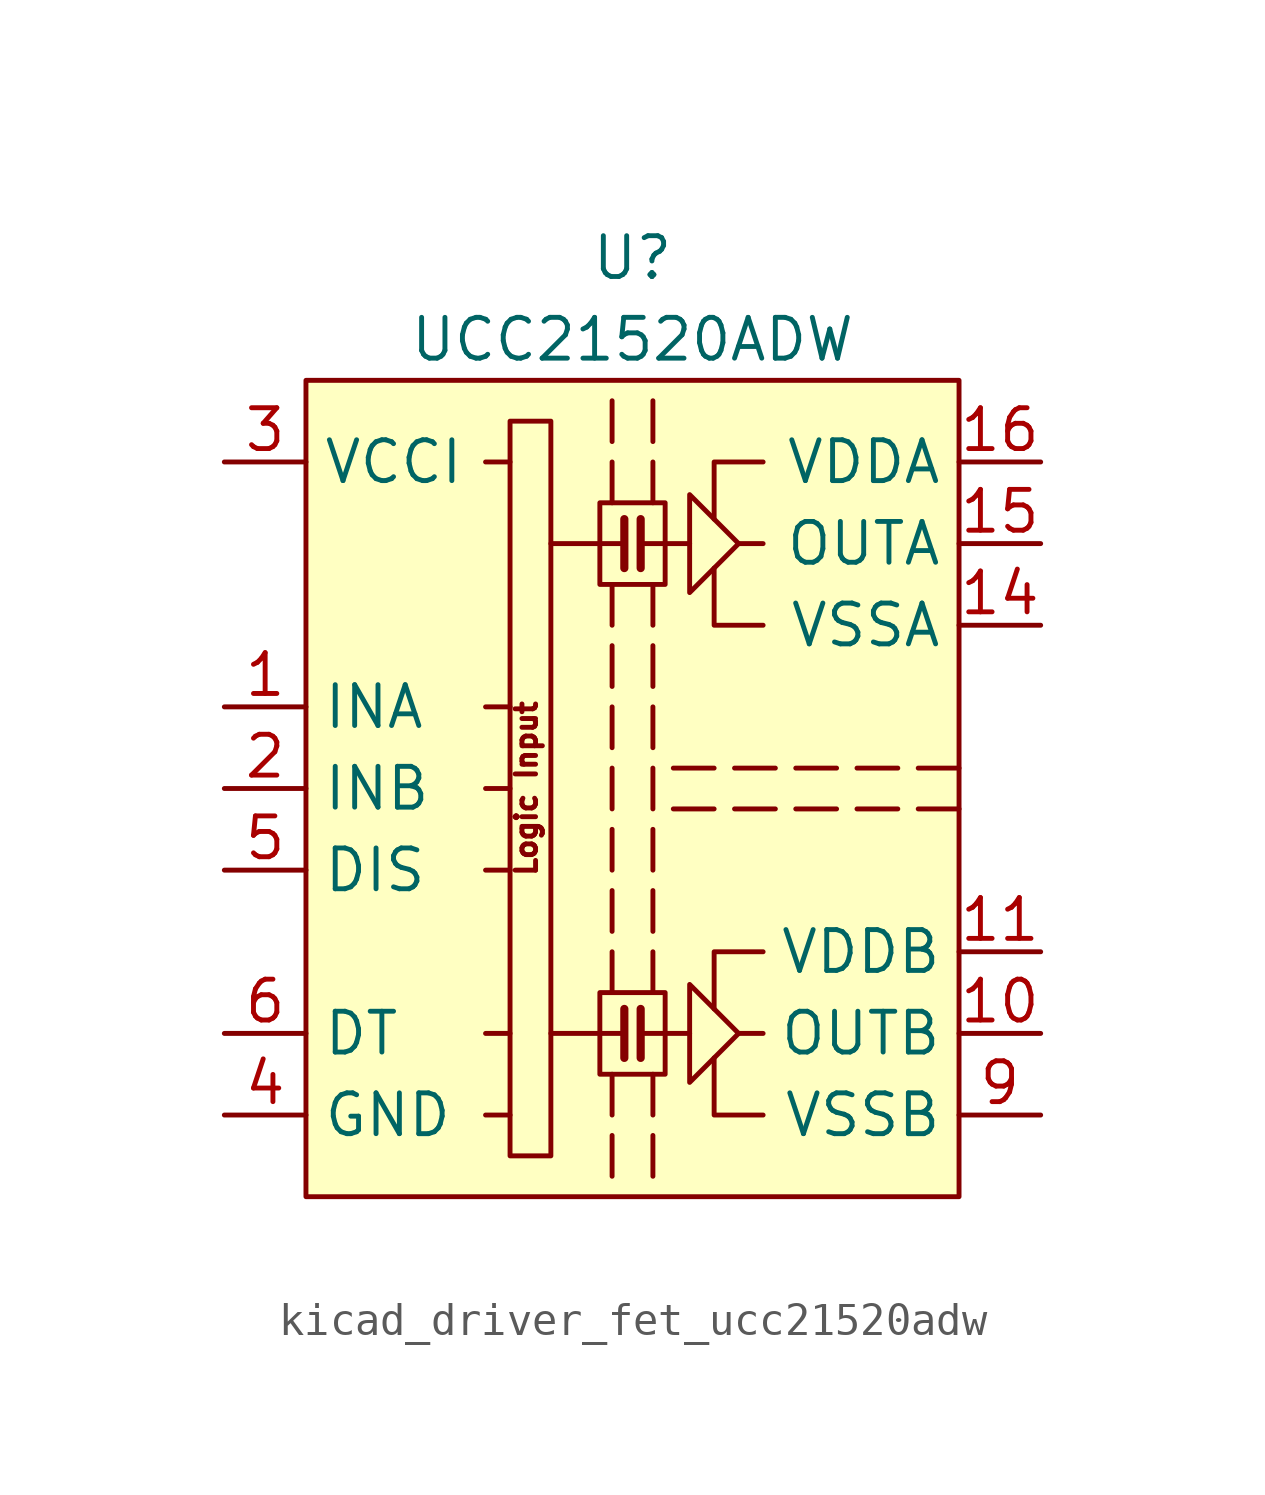
<source format=kicad_sym>
(kicad_symbol_lib
  (version 20220914)
  (generator kicad_symbol_editor)
  (symbol "kicad_driver_fet_ucc21520adw"
    (property "Reference" "U"
      (at 0 16.51 0)
      (effects (font (size 1.27 1.27))))
    (property "Value" "UCC21520ADW"
      (at 0 13.97 0)
      (effects (font (size 1.27 1.27))))
    (symbol "kicad_driver_fet_ucc21520adw_0_0"
      (polyline (pts (xy -0.635 6.35) (xy -0.635 5.08)) (stroke (width 0) (type default)) (fill (type none)))
      (polyline (pts (xy -0.635 10.16) (xy -0.635 8.89)) (stroke (width 0) (type default)) (fill (type none)))
      (polyline (pts (xy -0.635 12.065) (xy -0.635 10.795)) (stroke (width 0) (type default)) (fill (type none)))
      (polyline (pts (xy -0.254 -7.62) (xy -2.54 -7.62)) (stroke (width 0) (type default)) (fill (type none)))
      (polyline (pts (xy -0.254 -6.858) (xy -0.254 -8.382)) (stroke (width 0.254) (type default)) (fill (type none)))
      (polyline (pts (xy -0.254 7.62) (xy -2.54 7.62)) (stroke (width 0) (type default)) (fill (type none)))
      (polyline (pts (xy -0.254 8.382) (xy -0.254 6.858)) (stroke (width 0.254) (type default)) (fill (type none)))
      (polyline (pts (xy 0.254 -7.62) (xy 1.778 -7.62)) (stroke (width 0) (type default)) (fill (type none)))
      (polyline (pts (xy 0.254 -6.858) (xy 0.254 -8.382)) (stroke (width 0.254) (type default)) (fill (type none)))
      (polyline (pts (xy 0.254 7.62) (xy 1.778 7.62)) (stroke (width 0) (type default)) (fill (type none)))
      (polyline (pts (xy 0.254 8.382) (xy 0.254 6.858)) (stroke (width 0.254) (type default)) (fill (type none)))
      (polyline (pts (xy 0.635 6.35) (xy 0.635 5.08)) (stroke (width 0) (type default)) (fill (type none)))
      (polyline (pts (xy 0.635 8.89) (xy 0.635 10.16)) (stroke (width 0) (type default)) (fill (type none)))
      (polyline (pts (xy 0.635 10.795) (xy 0.635 12.065)) (stroke (width 0) (type default)) (fill (type none)))
      (polyline (pts (xy 2.54 -0.635) (xy 1.27 -0.635)) (stroke (width 0) (type default)) (fill (type none)))
      (polyline (pts (xy 2.54 0.635) (xy 1.27 0.635)) (stroke (width 0) (type default)) (fill (type none)))
      (polyline (pts (xy 4.064 -7.62) (xy 3.302 -7.62)) (stroke (width 0) (type default)) (fill (type none)))
      (polyline (pts (xy 4.064 7.62) (xy 3.302 7.62)) (stroke (width 0) (type default)) (fill (type none)))
      (polyline (pts (xy 4.445 -0.635) (xy 3.175 -0.635)) (stroke (width 0) (type default)) (fill (type none)))
      (polyline (pts (xy 4.445 0.635) (xy 3.175 0.635)) (stroke (width 0) (type default)) (fill (type none)))
      (polyline (pts (xy 6.35 -0.635) (xy 5.08 -0.635)) (stroke (width 0) (type default)) (fill (type none)))
      (polyline (pts (xy 6.35 0.635) (xy 5.08 0.635)) (stroke (width 0) (type default)) (fill (type none)))
      (polyline (pts (xy 8.255 -0.635) (xy 6.985 -0.635)) (stroke (width 0) (type default)) (fill (type none)))
      (polyline (pts (xy 8.255 0.635) (xy 6.985 0.635)) (stroke (width 0) (type default)) (fill (type none)))
      (polyline (pts (xy 10.16 -0.635) (xy 8.89 -0.635)) (stroke (width 0) (type default)) (fill (type none)))
      (polyline (pts (xy 10.16 0.635) (xy 8.89 0.635)) (stroke (width 0) (type default)) (fill (type none)))
      (polyline (pts (xy 4.064 -10.16) (xy 2.54 -10.16) (xy 2.54 -8.382)) (stroke (width 0) (type default)) (fill (type none)))
      (polyline (pts (xy 4.064 -5.08) (xy 2.54 -5.08) (xy 2.54 -6.858)) (stroke (width 0) (type default)) (fill (type none)))
      (polyline (pts (xy 4.064 5.08) (xy 2.54 5.08) (xy 2.54 6.858)) (stroke (width 0) (type default)) (fill (type none)))
      (polyline (pts (xy 4.064 10.16) (xy 2.54 10.16) (xy 2.54 8.382)) (stroke (width 0) (type default)) (fill (type none)))
      (polyline (pts (xy 3.302 -7.62) (xy 1.778 -9.144) (xy 1.778 -6.096) (xy 3.302 -7.62)) (stroke (width 0) (type default)) (fill (type none)))
      (polyline (pts (xy 3.302 7.62) (xy 1.778 6.096) (xy 1.778 9.144) (xy 3.302 7.62)) (stroke (width 0) (type default)) (fill (type none)))
      (rectangle (start 1.016 -6.35) (end -1.016 -8.89) (stroke (width 0) (type default)) (fill (type none)))
      (rectangle (start 1.016 8.89) (end -1.016 6.35) (stroke (width 0) (type default)) (fill (type none)))
      (text "Logic Input" (at -3.302 0 900) (effects (font (size 0.635 0.635)))))
    (symbol "kicad_driver_fet_ucc21520adw_0_1"
      (rectangle (start -3.81 11.43) (end -2.54 -11.43) (stroke (width 0) (type default)) (fill (type none)))
      (polyline (pts (xy -3.81 -10.16) (xy -4.572 -10.16)) (stroke (width 0) (type default)) (fill (type none)))
      (polyline (pts (xy -3.81 -7.62) (xy -4.572 -7.62)) (stroke (width 0) (type default)) (fill (type none)))
      (polyline (pts (xy -3.81 -2.54) (xy -4.572 -2.54)) (stroke (width 0) (type default)) (fill (type none)))
      (polyline (pts (xy -3.81 0) (xy -4.572 0)) (stroke (width 0) (type default)) (fill (type none)))
      (polyline (pts (xy -3.81 2.54) (xy -4.572 2.54)) (stroke (width 0) (type default)) (fill (type none)))
      (polyline (pts (xy -3.81 10.16) (xy -4.572 10.16)) (stroke (width 0) (type default)) (fill (type none)))
      (polyline (pts (xy -0.635 -10.795) (xy -0.635 -12.065)) (stroke (width 0) (type default)) (fill (type none)))
      (polyline (pts (xy -0.635 -8.89) (xy -0.635 -10.16)) (stroke (width 0) (type default)) (fill (type none)))
      (polyline (pts (xy -0.635 -5.08) (xy -0.635 -6.35)) (stroke (width 0) (type default)) (fill (type none)))
      (polyline (pts (xy -0.635 -3.175) (xy -0.635 -4.445)) (stroke (width 0) (type default)) (fill (type none)))
      (polyline (pts (xy -0.635 -1.27) (xy -0.635 -2.54)) (stroke (width 0) (type default)) (fill (type none)))
      (polyline (pts (xy -0.635 0.635) (xy -0.635 -0.635)) (stroke (width 0) (type default)) (fill (type none)))
      (polyline (pts (xy -0.635 2.54) (xy -0.635 1.27)) (stroke (width 0) (type default)) (fill (type none)))
      (polyline (pts (xy -0.635 4.445) (xy -0.635 3.175)) (stroke (width 0) (type default)) (fill (type none)))
      (polyline (pts (xy 0.635 -10.795) (xy 0.635 -12.065)) (stroke (width 0) (type default)) (fill (type none)))
      (polyline (pts (xy 0.635 -8.89) (xy 0.635 -10.16)) (stroke (width 0) (type default)) (fill (type none)))
      (polyline (pts (xy 0.635 -5.08) (xy 0.635 -6.35)) (stroke (width 0) (type default)) (fill (type none)))
      (polyline (pts (xy 0.635 -3.175) (xy 0.635 -4.445)) (stroke (width 0) (type default)) (fill (type none)))
      (polyline (pts (xy 0.635 -1.27) (xy 0.635 -2.54)) (stroke (width 0) (type default)) (fill (type none)))
      (polyline (pts (xy 0.635 0.635) (xy 0.635 -0.635)) (stroke (width 0) (type default)) (fill (type none)))
      (polyline (pts (xy 0.635 2.54) (xy 0.635 1.27)) (stroke (width 0) (type default)) (fill (type none)))
      (polyline (pts (xy 0.635 4.445) (xy 0.635 3.175)) (stroke (width 0) (type default)) (fill (type none)))
      (rectangle (start 10.16 12.7) (end -10.16 -12.7) (stroke (width 0) (type default)) (fill (type background))))
    (symbol "kicad_driver_fet_ucc21520adw_1_1"
      (pin input line (at -12.7 2.54 0) (length 2.54) (name "INA" (effects (font (size 1.27 1.27)))) (number "1" (effects (font (size 1.27 1.27)))))
      (pin output line (at 12.7 -7.62 180) (length 2.54) (name "OUTB" (effects (font (size 1.27 1.27)))) (number "10" (effects (font (size 1.27 1.27)))))
      (pin power_in line (at 12.7 -5.08 180) (length 2.54) (name "VDDB" (effects (font (size 1.27 1.27)))) (number "11" (effects (font (size 1.27 1.27)))))
      (pin no_connect line (at 10.16 -2.54 180) (length 2.54) hide (name "NC" (effects (font (size 1.27 1.27)))) (number "12" (effects (font (size 1.27 1.27)))))
      (pin no_connect line (at 10.16 2.54 180) (length 2.54) hide (name "NC" (effects (font (size 1.27 1.27)))) (number "13" (effects (font (size 1.27 1.27)))))
      (pin power_in line (at 12.7 5.08 180) (length 2.54) (name "VSSA" (effects (font (size 1.27 1.27)))) (number "14" (effects (font (size 1.27 1.27)))))
      (pin output line (at 12.7 7.62 180) (length 2.54) (name "OUTA" (effects (font (size 1.27 1.27)))) (number "15" (effects (font (size 1.27 1.27)))))
      (pin power_in line (at 12.7 10.16 180) (length 2.54) (name "VDDA" (effects (font (size 1.27 1.27)))) (number "16" (effects (font (size 1.27 1.27)))))
      (pin input line (at -12.7 0 0) (length 2.54) (name "INB" (effects (font (size 1.27 1.27)))) (number "2" (effects (font (size 1.27 1.27)))))
      (pin power_in line (at -12.7 10.16 0) (length 2.54) (name "VCCI" (effects (font (size 1.27 1.27)))) (number "3" (effects (font (size 1.27 1.27)))))
      (pin power_in line (at -12.7 -10.16 0) (length 2.54) (name "GND" (effects (font (size 1.27 1.27)))) (number "4" (effects (font (size 1.27 1.27)))))
      (pin input line (at -12.7 -2.54 0) (length 2.54) (name "DIS" (effects (font (size 1.27 1.27)))) (number "5" (effects (font (size 1.27 1.27)))))
      (pin passive line (at -12.7 -7.62 0) (length 2.54) (name "DT" (effects (font (size 1.27 1.27)))) (number "6" (effects (font (size 1.27 1.27)))))
      (pin no_connect line (at -10.16 -5.08 0) (length 2.54) hide (name "NC" (effects (font (size 1.27 1.27)))) (number "7" (effects (font (size 1.27 1.27)))))
      (pin passive line (at -12.7 10.16 0) (length 2.54) hide (name "VCCI" (effects (font (size 1.27 1.27)))) (number "8" (effects (font (size 1.27 1.27)))))
      (pin power_in line (at 12.7 -10.16 180) (length 2.54) (name "VSSB" (effects (font (size 1.27 1.27)))) (number "9" (effects (font (size 1.27 1.27))))))))
</source>
